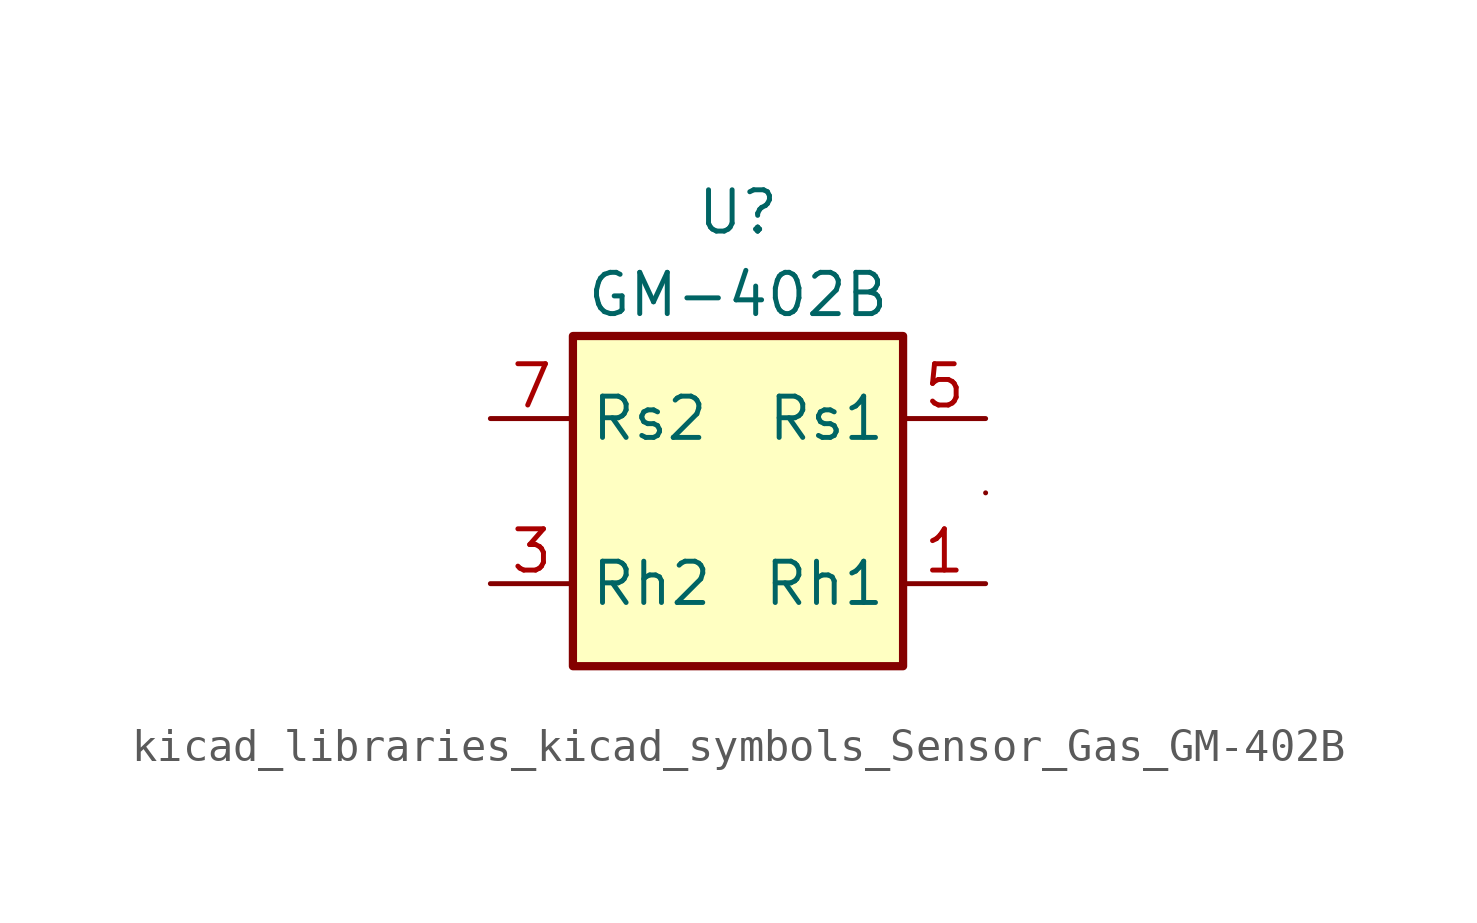
<source format=kicad_sym>
(kicad_symbol_lib
  (version 20220914)
  (generator kicad_symbol_editor)
  (symbol "kicad_libraries_kicad_symbols_Sensor_Gas_GM-402B"
    (property "Reference" "U"
      (at 0 8.89 0)
      (effects (font (size 1.27 1.27))))
    (property "Value" "GM-402B"
      (at 0 6.35 0)
      (effects (font (size 1.27 1.27))))
    (symbol "kicad_libraries_kicad_symbols_Sensor_Gas_GM-402B_0_1"
      (rectangle (start -5.08 5.08) (end 5.08 -5.08) (stroke (width 0.254) (type default)) (fill (type background)))
      (rectangle (start 7.62 0.254) (end 7.62 0.254) (stroke (width 0) (type default)) (fill (type none))))
    (symbol "kicad_libraries_kicad_symbols_Sensor_Gas_GM-402B_1_1"
      (pin passive line (at 7.62 -2.54 180) (length 2.54) (name "Rh1" (effects (font (size 1.27 1.27)))) (number "1" (effects (font (size 1.27 1.27)))))
      (pin no_connect line (at -5.08 0 0) (length 2.54) hide (name "NC" (effects (font (size 1.27 1.27)))) (number "2" (effects (font (size 1.27 1.27)))))
      (pin passive line (at -7.62 -2.54 0) (length 2.54) (name "Rh2" (effects (font (size 1.27 1.27)))) (number "3" (effects (font (size 1.27 1.27)))))
      (pin no_connect line (at 0 -5.08 90) (length 2.54) hide (name "NC" (effects (font (size 1.27 1.27)))) (number "4" (effects (font (size 1.27 1.27)))))
      (pin passive line (at 7.62 2.54 180) (length 2.54) (name "Rs1" (effects (font (size 1.27 1.27)))) (number "5" (effects (font (size 1.27 1.27)))))
      (pin no_connect line (at 5.08 0 180) (length 2.54) hide (name "NC" (effects (font (size 1.27 1.27)))) (number "6" (effects (font (size 1.27 1.27)))))
      (pin passive line (at -7.62 2.54 0) (length 2.54) (name "Rs2" (effects (font (size 1.27 1.27)))) (number "7" (effects (font (size 1.27 1.27)))))
      (pin no_connect line (at 0 5.08 270) (length 2.54) hide (name "NC" (effects (font (size 1.27 1.27)))) (number "8" (effects (font (size 1.27 1.27))))))))
</source>
